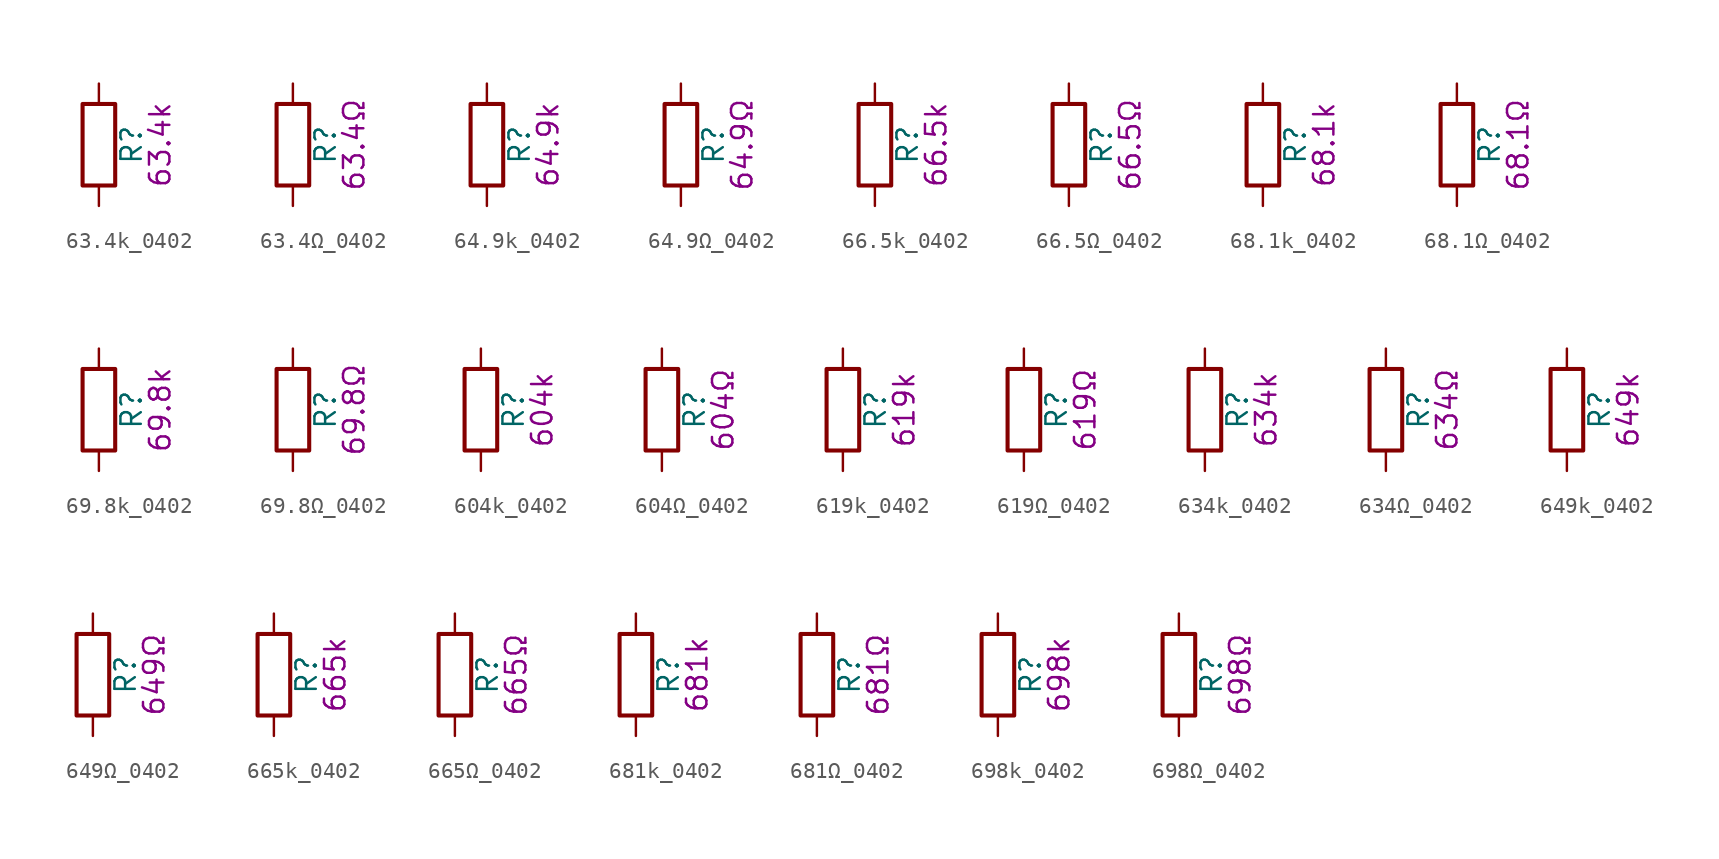
<source format=kicad_sym>
(kicad_symbol_lib
  (version 20211014)
  (generator kicad_symbol_editor)
  (symbol "63.4k_0402"
    (pin_numbers hide)
    (pin_names
      (offset 0))
    (property "Reference" "R"
      (at 2.032 0 90)
      (effects (font (size 1.27 1.27))))
    (property "Display" "63.4k"
      (at 3.81 0 90)
      (effects (font (size 1.27 1.27))))
    (symbol "63.4k_0402_0_1"
      (rectangle (start -1.016 -2.54) (end 1.016 2.54) (stroke (width 0.254) (type default) (color 0 0 0 0)) (fill (type none))))
    (symbol "63.4k_0402_1_1"
      (pin passive line (at 0 3.81 270) (length 1.27) (name "~" (effects (font (size 1.27 1.27)))) (number "1" (effects (font (size 1.27 1.27)))))
      (pin passive line (at 0 -3.81 90) (length 1.27) (name "~" (effects (font (size 1.27 1.27)))) (number "2" (effects (font (size 1.27 1.27)))))))
  (symbol "63.4Ω_0402"
    (pin_numbers hide)
    (pin_names
      (offset 0))
    (property "Reference" "R"
      (at 2.032 0 90)
      (effects (font (size 1.27 1.27))))
    (property "Display" "63.4Ω"
      (at 3.81 0 90)
      (effects (font (size 1.27 1.27))))
    (symbol "63.4Ω_0402_0_1"
      (rectangle (start -1.016 -2.54) (end 1.016 2.54) (stroke (width 0.254) (type default) (color 0 0 0 0)) (fill (type none))))
    (symbol "63.4Ω_0402_1_1"
      (pin passive line (at 0 3.81 270) (length 1.27) (name "~" (effects (font (size 1.27 1.27)))) (number "1" (effects (font (size 1.27 1.27)))))
      (pin passive line (at 0 -3.81 90) (length 1.27) (name "~" (effects (font (size 1.27 1.27)))) (number "2" (effects (font (size 1.27 1.27)))))))
  (symbol "64.9k_0402"
    (pin_numbers hide)
    (pin_names
      (offset 0))
    (property "Reference" "R"
      (at 2.032 0 90)
      (effects (font (size 1.27 1.27))))
    (property "Display" "64.9k"
      (at 3.81 0 90)
      (effects (font (size 1.27 1.27))))
    (symbol "64.9k_0402_0_1"
      (rectangle (start -1.016 -2.54) (end 1.016 2.54) (stroke (width 0.254) (type default) (color 0 0 0 0)) (fill (type none))))
    (symbol "64.9k_0402_1_1"
      (pin passive line (at 0 3.81 270) (length 1.27) (name "~" (effects (font (size 1.27 1.27)))) (number "1" (effects (font (size 1.27 1.27)))))
      (pin passive line (at 0 -3.81 90) (length 1.27) (name "~" (effects (font (size 1.27 1.27)))) (number "2" (effects (font (size 1.27 1.27)))))))
  (symbol "64.9Ω_0402"
    (pin_numbers hide)
    (pin_names
      (offset 0))
    (property "Reference" "R"
      (at 2.032 0 90)
      (effects (font (size 1.27 1.27))))
    (property "Display" "64.9Ω"
      (at 3.81 0 90)
      (effects (font (size 1.27 1.27))))
    (symbol "64.9Ω_0402_0_1"
      (rectangle (start -1.016 -2.54) (end 1.016 2.54) (stroke (width 0.254) (type default) (color 0 0 0 0)) (fill (type none))))
    (symbol "64.9Ω_0402_1_1"
      (pin passive line (at 0 3.81 270) (length 1.27) (name "~" (effects (font (size 1.27 1.27)))) (number "1" (effects (font (size 1.27 1.27)))))
      (pin passive line (at 0 -3.81 90) (length 1.27) (name "~" (effects (font (size 1.27 1.27)))) (number "2" (effects (font (size 1.27 1.27)))))))
  (symbol "66.5k_0402"
    (pin_numbers hide)
    (pin_names
      (offset 0))
    (property "Reference" "R"
      (at 2.032 0 90)
      (effects (font (size 1.27 1.27))))
    (property "Display" "66.5k"
      (at 3.81 0 90)
      (effects (font (size 1.27 1.27))))
    (symbol "66.5k_0402_0_1"
      (rectangle (start -1.016 -2.54) (end 1.016 2.54) (stroke (width 0.254) (type default) (color 0 0 0 0)) (fill (type none))))
    (symbol "66.5k_0402_1_1"
      (pin passive line (at 0 3.81 270) (length 1.27) (name "~" (effects (font (size 1.27 1.27)))) (number "1" (effects (font (size 1.27 1.27)))))
      (pin passive line (at 0 -3.81 90) (length 1.27) (name "~" (effects (font (size 1.27 1.27)))) (number "2" (effects (font (size 1.27 1.27)))))))
  (symbol "66.5Ω_0402"
    (pin_numbers hide)
    (pin_names
      (offset 0))
    (property "Reference" "R"
      (at 2.032 0 90)
      (effects (font (size 1.27 1.27))))
    (property "Display" "66.5Ω"
      (at 3.81 0 90)
      (effects (font (size 1.27 1.27))))
    (symbol "66.5Ω_0402_0_1"
      (rectangle (start -1.016 -2.54) (end 1.016 2.54) (stroke (width 0.254) (type default) (color 0 0 0 0)) (fill (type none))))
    (symbol "66.5Ω_0402_1_1"
      (pin passive line (at 0 3.81 270) (length 1.27) (name "~" (effects (font (size 1.27 1.27)))) (number "1" (effects (font (size 1.27 1.27)))))
      (pin passive line (at 0 -3.81 90) (length 1.27) (name "~" (effects (font (size 1.27 1.27)))) (number "2" (effects (font (size 1.27 1.27)))))))
  (symbol "68.1k_0402"
    (pin_numbers hide)
    (pin_names
      (offset 0))
    (property "Reference" "R"
      (at 2.032 0 90)
      (effects (font (size 1.27 1.27))))
    (property "Display" "68.1k"
      (at 3.81 0 90)
      (effects (font (size 1.27 1.27))))
    (symbol "68.1k_0402_0_1"
      (rectangle (start -1.016 -2.54) (end 1.016 2.54) (stroke (width 0.254) (type default) (color 0 0 0 0)) (fill (type none))))
    (symbol "68.1k_0402_1_1"
      (pin passive line (at 0 3.81 270) (length 1.27) (name "~" (effects (font (size 1.27 1.27)))) (number "1" (effects (font (size 1.27 1.27)))))
      (pin passive line (at 0 -3.81 90) (length 1.27) (name "~" (effects (font (size 1.27 1.27)))) (number "2" (effects (font (size 1.27 1.27)))))))
  (symbol "68.1Ω_0402"
    (pin_numbers hide)
    (pin_names
      (offset 0))
    (property "Reference" "R"
      (at 2.032 0 90)
      (effects (font (size 1.27 1.27))))
    (property "Display" "68.1Ω"
      (at 3.81 0 90)
      (effects (font (size 1.27 1.27))))
    (symbol "68.1Ω_0402_0_1"
      (rectangle (start -1.016 -2.54) (end 1.016 2.54) (stroke (width 0.254) (type default) (color 0 0 0 0)) (fill (type none))))
    (symbol "68.1Ω_0402_1_1"
      (pin passive line (at 0 3.81 270) (length 1.27) (name "~" (effects (font (size 1.27 1.27)))) (number "1" (effects (font (size 1.27 1.27)))))
      (pin passive line (at 0 -3.81 90) (length 1.27) (name "~" (effects (font (size 1.27 1.27)))) (number "2" (effects (font (size 1.27 1.27)))))))
  (symbol "69.8k_0402"
    (pin_numbers hide)
    (pin_names
      (offset 0))
    (property "Reference" "R"
      (at 2.032 0 90)
      (effects (font (size 1.27 1.27))))
    (property "Display" "69.8k"
      (at 3.81 0 90)
      (effects (font (size 1.27 1.27))))
    (symbol "69.8k_0402_0_1"
      (rectangle (start -1.016 -2.54) (end 1.016 2.54) (stroke (width 0.254) (type default) (color 0 0 0 0)) (fill (type none))))
    (symbol "69.8k_0402_1_1"
      (pin passive line (at 0 3.81 270) (length 1.27) (name "~" (effects (font (size 1.27 1.27)))) (number "1" (effects (font (size 1.27 1.27)))))
      (pin passive line (at 0 -3.81 90) (length 1.27) (name "~" (effects (font (size 1.27 1.27)))) (number "2" (effects (font (size 1.27 1.27)))))))
  (symbol "69.8Ω_0402"
    (pin_numbers hide)
    (pin_names
      (offset 0))
    (property "Reference" "R"
      (at 2.032 0 90)
      (effects (font (size 1.27 1.27))))
    (property "Display" "69.8Ω"
      (at 3.81 0 90)
      (effects (font (size 1.27 1.27))))
    (symbol "69.8Ω_0402_0_1"
      (rectangle (start -1.016 -2.54) (end 1.016 2.54) (stroke (width 0.254) (type default) (color 0 0 0 0)) (fill (type none))))
    (symbol "69.8Ω_0402_1_1"
      (pin passive line (at 0 3.81 270) (length 1.27) (name "~" (effects (font (size 1.27 1.27)))) (number "1" (effects (font (size 1.27 1.27)))))
      (pin passive line (at 0 -3.81 90) (length 1.27) (name "~" (effects (font (size 1.27 1.27)))) (number "2" (effects (font (size 1.27 1.27)))))))
  (symbol "604k_0402"
    (pin_numbers hide)
    (pin_names
      (offset 0))
    (property "Reference" "R"
      (at 2.032 0 90)
      (effects (font (size 1.27 1.27))))
    (property "Display" "604k"
      (at 3.81 0 90)
      (effects (font (size 1.27 1.27))))
    (symbol "604k_0402_0_1"
      (rectangle (start -1.016 -2.54) (end 1.016 2.54) (stroke (width 0.254) (type default) (color 0 0 0 0)) (fill (type none))))
    (symbol "604k_0402_1_1"
      (pin passive line (at 0 3.81 270) (length 1.27) (name "~" (effects (font (size 1.27 1.27)))) (number "1" (effects (font (size 1.27 1.27)))))
      (pin passive line (at 0 -3.81 90) (length 1.27) (name "~" (effects (font (size 1.27 1.27)))) (number "2" (effects (font (size 1.27 1.27)))))))
  (symbol "604Ω_0402"
    (pin_numbers hide)
    (pin_names
      (offset 0))
    (property "Reference" "R"
      (at 2.032 0 90)
      (effects (font (size 1.27 1.27))))
    (property "Display" "604Ω"
      (at 3.81 0 90)
      (effects (font (size 1.27 1.27))))
    (symbol "604Ω_0402_0_1"
      (rectangle (start -1.016 -2.54) (end 1.016 2.54) (stroke (width 0.254) (type default) (color 0 0 0 0)) (fill (type none))))
    (symbol "604Ω_0402_1_1"
      (pin passive line (at 0 3.81 270) (length 1.27) (name "~" (effects (font (size 1.27 1.27)))) (number "1" (effects (font (size 1.27 1.27)))))
      (pin passive line (at 0 -3.81 90) (length 1.27) (name "~" (effects (font (size 1.27 1.27)))) (number "2" (effects (font (size 1.27 1.27)))))))
  (symbol "619k_0402"
    (pin_numbers hide)
    (pin_names
      (offset 0))
    (property "Reference" "R"
      (at 2.032 0 90)
      (effects (font (size 1.27 1.27))))
    (property "Display" "619k"
      (at 3.81 0 90)
      (effects (font (size 1.27 1.27))))
    (symbol "619k_0402_0_1"
      (rectangle (start -1.016 -2.54) (end 1.016 2.54) (stroke (width 0.254) (type default) (color 0 0 0 0)) (fill (type none))))
    (symbol "619k_0402_1_1"
      (pin passive line (at 0 3.81 270) (length 1.27) (name "~" (effects (font (size 1.27 1.27)))) (number "1" (effects (font (size 1.27 1.27)))))
      (pin passive line (at 0 -3.81 90) (length 1.27) (name "~" (effects (font (size 1.27 1.27)))) (number "2" (effects (font (size 1.27 1.27)))))))
  (symbol "619Ω_0402"
    (pin_numbers hide)
    (pin_names
      (offset 0))
    (property "Reference" "R"
      (at 2.032 0 90)
      (effects (font (size 1.27 1.27))))
    (property "Display" "619Ω"
      (at 3.81 0 90)
      (effects (font (size 1.27 1.27))))
    (symbol "619Ω_0402_0_1"
      (rectangle (start -1.016 -2.54) (end 1.016 2.54) (stroke (width 0.254) (type default) (color 0 0 0 0)) (fill (type none))))
    (symbol "619Ω_0402_1_1"
      (pin passive line (at 0 3.81 270) (length 1.27) (name "~" (effects (font (size 1.27 1.27)))) (number "1" (effects (font (size 1.27 1.27)))))
      (pin passive line (at 0 -3.81 90) (length 1.27) (name "~" (effects (font (size 1.27 1.27)))) (number "2" (effects (font (size 1.27 1.27)))))))
  (symbol "634k_0402"
    (pin_numbers hide)
    (pin_names
      (offset 0))
    (property "Reference" "R"
      (at 2.032 0 90)
      (effects (font (size 1.27 1.27))))
    (property "Display" "634k"
      (at 3.81 0 90)
      (effects (font (size 1.27 1.27))))
    (symbol "634k_0402_0_1"
      (rectangle (start -1.016 -2.54) (end 1.016 2.54) (stroke (width 0.254) (type default) (color 0 0 0 0)) (fill (type none))))
    (symbol "634k_0402_1_1"
      (pin passive line (at 0 3.81 270) (length 1.27) (name "~" (effects (font (size 1.27 1.27)))) (number "1" (effects (font (size 1.27 1.27)))))
      (pin passive line (at 0 -3.81 90) (length 1.27) (name "~" (effects (font (size 1.27 1.27)))) (number "2" (effects (font (size 1.27 1.27)))))))
  (symbol "634Ω_0402"
    (pin_numbers hide)
    (pin_names
      (offset 0))
    (property "Reference" "R"
      (at 2.032 0 90)
      (effects (font (size 1.27 1.27))))
    (property "Display" "634Ω"
      (at 3.81 0 90)
      (effects (font (size 1.27 1.27))))
    (symbol "634Ω_0402_0_1"
      (rectangle (start -1.016 -2.54) (end 1.016 2.54) (stroke (width 0.254) (type default) (color 0 0 0 0)) (fill (type none))))
    (symbol "634Ω_0402_1_1"
      (pin passive line (at 0 3.81 270) (length 1.27) (name "~" (effects (font (size 1.27 1.27)))) (number "1" (effects (font (size 1.27 1.27)))))
      (pin passive line (at 0 -3.81 90) (length 1.27) (name "~" (effects (font (size 1.27 1.27)))) (number "2" (effects (font (size 1.27 1.27)))))))
  (symbol "649k_0402"
    (pin_numbers hide)
    (pin_names
      (offset 0))
    (property "Reference" "R"
      (at 2.032 0 90)
      (effects (font (size 1.27 1.27))))
    (property "Display" "649k"
      (at 3.81 0 90)
      (effects (font (size 1.27 1.27))))
    (symbol "649k_0402_0_1"
      (rectangle (start -1.016 -2.54) (end 1.016 2.54) (stroke (width 0.254) (type default) (color 0 0 0 0)) (fill (type none))))
    (symbol "649k_0402_1_1"
      (pin passive line (at 0 3.81 270) (length 1.27) (name "~" (effects (font (size 1.27 1.27)))) (number "1" (effects (font (size 1.27 1.27)))))
      (pin passive line (at 0 -3.81 90) (length 1.27) (name "~" (effects (font (size 1.27 1.27)))) (number "2" (effects (font (size 1.27 1.27)))))))
  (symbol "649Ω_0402"
    (pin_numbers hide)
    (pin_names
      (offset 0))
    (property "Reference" "R"
      (at 2.032 0 90)
      (effects (font (size 1.27 1.27))))
    (property "Display" "649Ω"
      (at 3.81 0 90)
      (effects (font (size 1.27 1.27))))
    (symbol "649Ω_0402_0_1"
      (rectangle (start -1.016 -2.54) (end 1.016 2.54) (stroke (width 0.254) (type default) (color 0 0 0 0)) (fill (type none))))
    (symbol "649Ω_0402_1_1"
      (pin passive line (at 0 3.81 270) (length 1.27) (name "~" (effects (font (size 1.27 1.27)))) (number "1" (effects (font (size 1.27 1.27)))))
      (pin passive line (at 0 -3.81 90) (length 1.27) (name "~" (effects (font (size 1.27 1.27)))) (number "2" (effects (font (size 1.27 1.27)))))))
  (symbol "665k_0402"
    (pin_numbers hide)
    (pin_names
      (offset 0))
    (property "Reference" "R"
      (at 2.032 0 90)
      (effects (font (size 1.27 1.27))))
    (property "Display" "665k"
      (at 3.81 0 90)
      (effects (font (size 1.27 1.27))))
    (symbol "665k_0402_0_1"
      (rectangle (start -1.016 -2.54) (end 1.016 2.54) (stroke (width 0.254) (type default) (color 0 0 0 0)) (fill (type none))))
    (symbol "665k_0402_1_1"
      (pin passive line (at 0 3.81 270) (length 1.27) (name "~" (effects (font (size 1.27 1.27)))) (number "1" (effects (font (size 1.27 1.27)))))
      (pin passive line (at 0 -3.81 90) (length 1.27) (name "~" (effects (font (size 1.27 1.27)))) (number "2" (effects (font (size 1.27 1.27)))))))
  (symbol "665Ω_0402"
    (pin_numbers hide)
    (pin_names
      (offset 0))
    (property "Reference" "R"
      (at 2.032 0 90)
      (effects (font (size 1.27 1.27))))
    (property "Display" "665Ω"
      (at 3.81 0 90)
      (effects (font (size 1.27 1.27))))
    (symbol "665Ω_0402_0_1"
      (rectangle (start -1.016 -2.54) (end 1.016 2.54) (stroke (width 0.254) (type default) (color 0 0 0 0)) (fill (type none))))
    (symbol "665Ω_0402_1_1"
      (pin passive line (at 0 3.81 270) (length 1.27) (name "~" (effects (font (size 1.27 1.27)))) (number "1" (effects (font (size 1.27 1.27)))))
      (pin passive line (at 0 -3.81 90) (length 1.27) (name "~" (effects (font (size 1.27 1.27)))) (number "2" (effects (font (size 1.27 1.27)))))))
  (symbol "681k_0402"
    (pin_numbers hide)
    (pin_names
      (offset 0))
    (property "Reference" "R"
      (at 2.032 0 90)
      (effects (font (size 1.27 1.27))))
    (property "Display" "681k"
      (at 3.81 0 90)
      (effects (font (size 1.27 1.27))))
    (symbol "681k_0402_0_1"
      (rectangle (start -1.016 -2.54) (end 1.016 2.54) (stroke (width 0.254) (type default) (color 0 0 0 0)) (fill (type none))))
    (symbol "681k_0402_1_1"
      (pin passive line (at 0 3.81 270) (length 1.27) (name "~" (effects (font (size 1.27 1.27)))) (number "1" (effects (font (size 1.27 1.27)))))
      (pin passive line (at 0 -3.81 90) (length 1.27) (name "~" (effects (font (size 1.27 1.27)))) (number "2" (effects (font (size 1.27 1.27)))))))
  (symbol "681Ω_0402"
    (pin_numbers hide)
    (pin_names
      (offset 0))
    (property "Reference" "R"
      (at 2.032 0 90)
      (effects (font (size 1.27 1.27))))
    (property "Display" "681Ω"
      (at 3.81 0 90)
      (effects (font (size 1.27 1.27))))
    (symbol "681Ω_0402_0_1"
      (rectangle (start -1.016 -2.54) (end 1.016 2.54) (stroke (width 0.254) (type default) (color 0 0 0 0)) (fill (type none))))
    (symbol "681Ω_0402_1_1"
      (pin passive line (at 0 3.81 270) (length 1.27) (name "~" (effects (font (size 1.27 1.27)))) (number "1" (effects (font (size 1.27 1.27)))))
      (pin passive line (at 0 -3.81 90) (length 1.27) (name "~" (effects (font (size 1.27 1.27)))) (number "2" (effects (font (size 1.27 1.27)))))))
  (symbol "698k_0402"
    (pin_numbers hide)
    (pin_names
      (offset 0))
    (property "Reference" "R"
      (at 2.032 0 90)
      (effects (font (size 1.27 1.27))))
    (property "Display" "698k"
      (at 3.81 0 90)
      (effects (font (size 1.27 1.27))))
    (symbol "698k_0402_0_1"
      (rectangle (start -1.016 -2.54) (end 1.016 2.54) (stroke (width 0.254) (type default) (color 0 0 0 0)) (fill (type none))))
    (symbol "698k_0402_1_1"
      (pin passive line (at 0 3.81 270) (length 1.27) (name "~" (effects (font (size 1.27 1.27)))) (number "1" (effects (font (size 1.27 1.27)))))
      (pin passive line (at 0 -3.81 90) (length 1.27) (name "~" (effects (font (size 1.27 1.27)))) (number "2" (effects (font (size 1.27 1.27)))))))
  (symbol "698Ω_0402"
    (pin_numbers hide)
    (pin_names
      (offset 0))
    (property "Reference" "R"
      (at 2.032 0 90)
      (effects (font (size 1.27 1.27))))
    (property "Display" "698Ω"
      (at 3.81 0 90)
      (effects (font (size 1.27 1.27))))
    (symbol "698Ω_0402_0_1"
      (rectangle (start -1.016 -2.54) (end 1.016 2.54) (stroke (width 0.254) (type default) (color 0 0 0 0)) (fill (type none))))
    (symbol "698Ω_0402_1_1"
      (pin passive line (at 0 3.81 270) (length 1.27) (name "~" (effects (font (size 1.27 1.27)))) (number "1" (effects (font (size 1.27 1.27)))))
      (pin passive line (at 0 -3.81 90) (length 1.27) (name "~" (effects (font (size 1.27 1.27)))) (number "2" (effects (font (size 1.27 1.27))))))))
</source>
